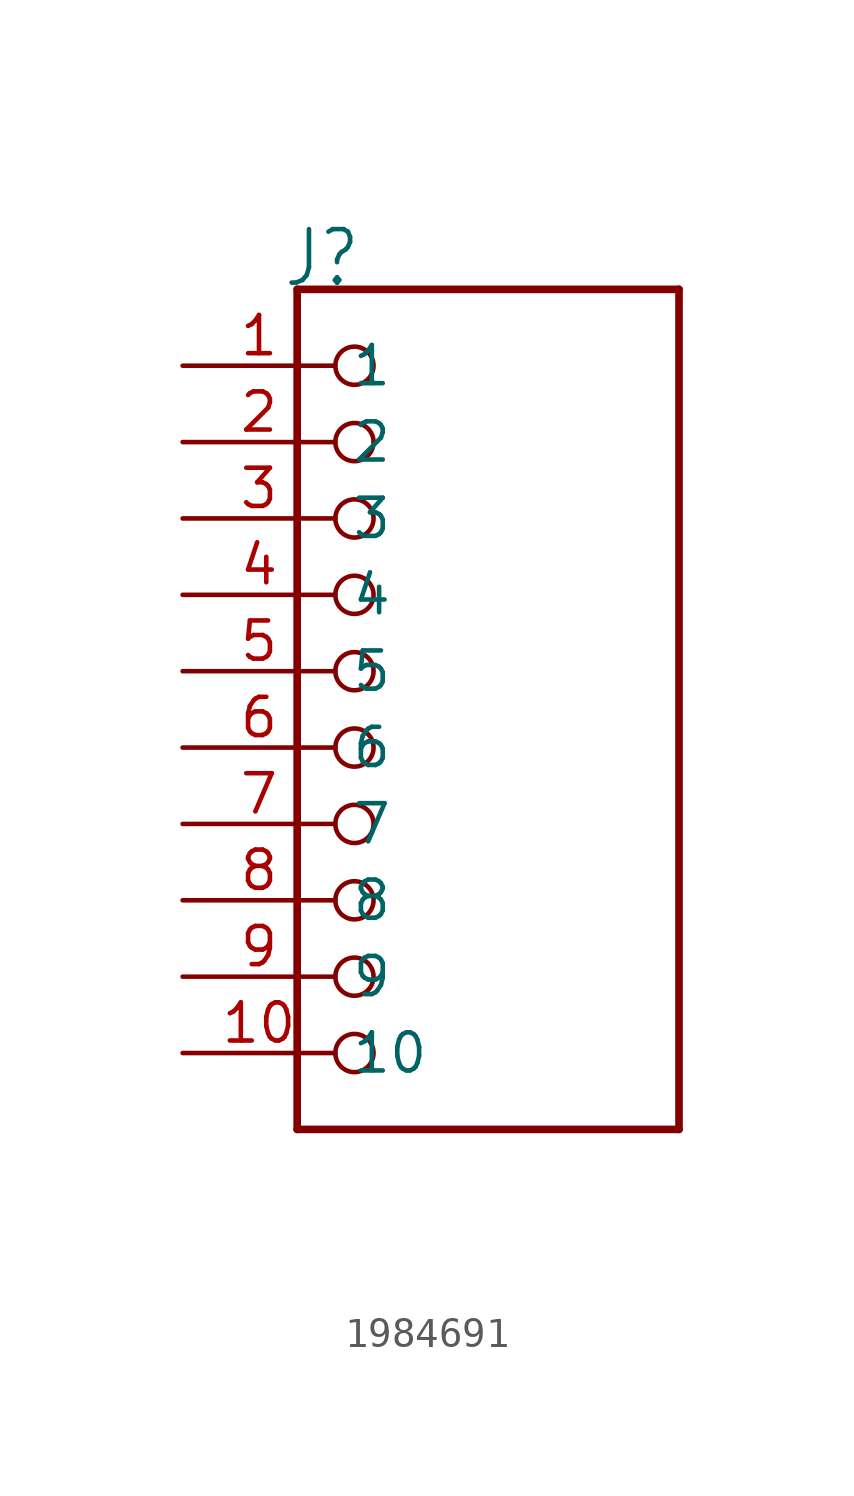
<source format=kicad_sym>
(kicad_symbol_lib
  (version 20231120)
  (generator "kicad_symbol_editor")
  (generator_version "8.0")
  (symbol "1984691"
    (property "Reference" "J"
      (at -6.85 15.24 0)
      (effects (font (size 1.778 1.511)) (justify left bottom)))
    (property "Value" ""
      (at -6.35 -15.24 0)
      (effects (font (size 1.778 1.511)) (justify left bottom)))
    (property "ki_locked" ""
      (at 0 0 0)
      (effects (font (size 1.27 1.27))))
    (symbol "1984691_1_0"
      (circle (center -4.445 -10.16) (radius 0.635) (stroke (width 0.152) (type solid)) (fill (type none)))
      (circle (center -4.445 -7.62) (radius 0.635) (stroke (width 0.152) (type solid)) (fill (type none)))
      (circle (center -4.445 -5.08) (radius 0.635) (stroke (width 0.152) (type solid)) (fill (type none)))
      (circle (center -4.445 -2.54) (radius 0.635) (stroke (width 0.152) (type solid)) (fill (type none)))
      (circle (center -4.445 0) (radius 0.635) (stroke (width 0.152) (type solid)) (fill (type none)))
      (circle (center -4.445 2.54) (radius 0.635) (stroke (width 0.152) (type solid)) (fill (type none)))
      (circle (center -4.445 5.08) (radius 0.635) (stroke (width 0.152) (type solid)) (fill (type none)))
      (circle (center -4.445 7.62) (radius 0.635) (stroke (width 0.152) (type solid)) (fill (type none)))
      (circle (center -4.445 10.16) (radius 0.635) (stroke (width 0.152) (type solid)) (fill (type none)))
      (circle (center -4.445 12.7) (radius 0.635) (stroke (width 0.152) (type solid)) (fill (type none)))
      (polyline (pts (xy -6.35 -12.7) (xy -6.35 15.24)) (stroke (width 0.254) (type solid)) (fill (type none)))
      (polyline (pts (xy -6.35 15.24) (xy 6.35 15.24)) (stroke (width 0.254) (type solid)) (fill (type none)))
      (polyline (pts (xy 6.35 -12.7) (xy -6.35 -12.7)) (stroke (width 0.254) (type solid)) (fill (type none)))
      (polyline (pts (xy 6.35 15.24) (xy 6.35 -12.7)) (stroke (width 0.254) (type solid)) (fill (type none)))
      (pin passive line (at -10.16 12.7 0) (length 5.08) (name "1" (effects (font (size 1.27 1.27)))) (number "1" (effects (font (size 1.27 1.27)))))
      (pin passive line (at -10.16 -10.16 0) (length 5.08) (name "10" (effects (font (size 1.27 1.27)))) (number "10" (effects (font (size 1.27 1.27)))))
      (pin passive line (at -10.16 10.16 0) (length 5.08) (name "2" (effects (font (size 1.27 1.27)))) (number "2" (effects (font (size 1.27 1.27)))))
      (pin passive line (at -10.16 7.62 0) (length 5.08) (name "3" (effects (font (size 1.27 1.27)))) (number "3" (effects (font (size 1.27 1.27)))))
      (pin passive line (at -10.16 5.08 0) (length 5.08) (name "4" (effects (font (size 1.27 1.27)))) (number "4" (effects (font (size 1.27 1.27)))))
      (pin passive line (at -10.16 2.54 0) (length 5.08) (name "5" (effects (font (size 1.27 1.27)))) (number "5" (effects (font (size 1.27 1.27)))))
      (pin passive line (at -10.16 0 0) (length 5.08) (name "6" (effects (font (size 1.27 1.27)))) (number "6" (effects (font (size 1.27 1.27)))))
      (pin passive line (at -10.16 -2.54 0) (length 5.08) (name "7" (effects (font (size 1.27 1.27)))) (number "7" (effects (font (size 1.27 1.27)))))
      (pin passive line (at -10.16 -5.08 0) (length 5.08) (name "8" (effects (font (size 1.27 1.27)))) (number "8" (effects (font (size 1.27 1.27)))))
      (pin passive line (at -10.16 -7.62 0) (length 5.08) (name "9" (effects (font (size 1.27 1.27)))) (number "9" (effects (font (size 1.27 1.27))))))))
</source>
